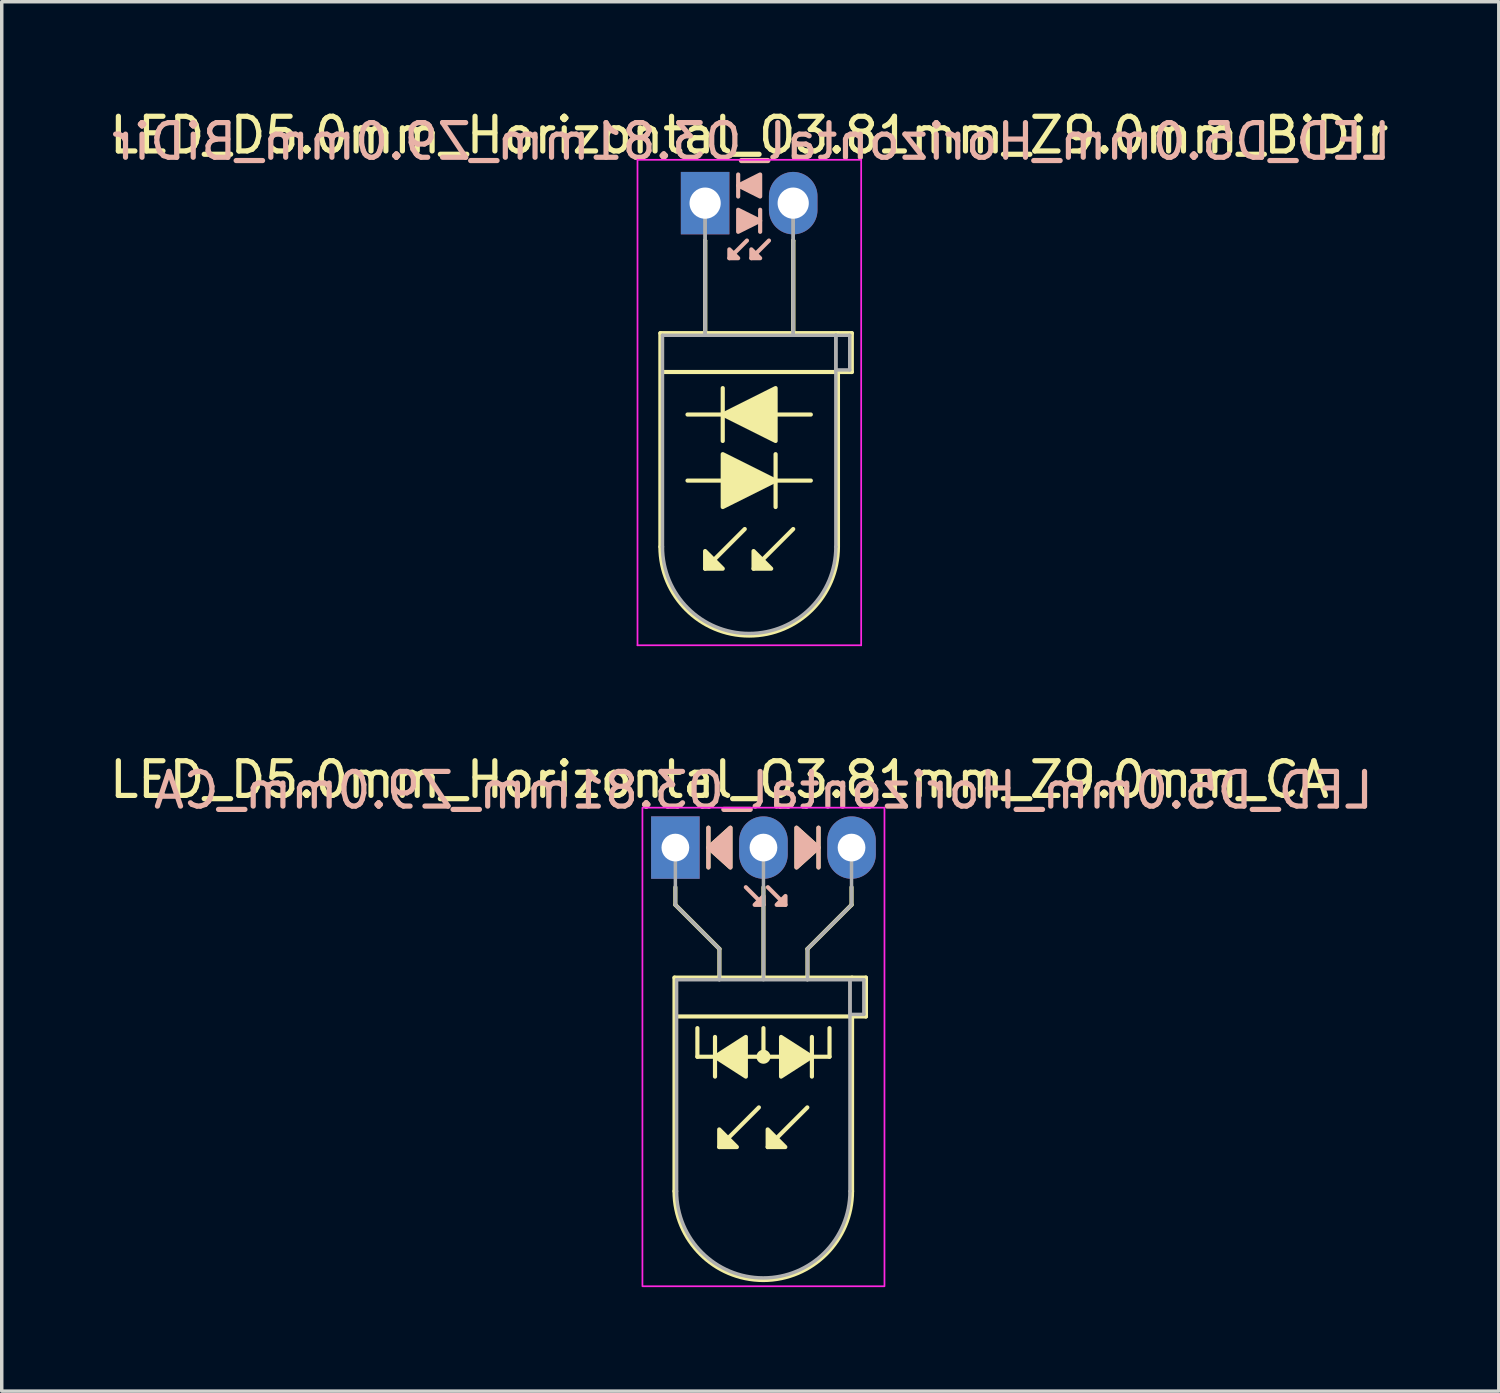
<source format=kicad_pcb>
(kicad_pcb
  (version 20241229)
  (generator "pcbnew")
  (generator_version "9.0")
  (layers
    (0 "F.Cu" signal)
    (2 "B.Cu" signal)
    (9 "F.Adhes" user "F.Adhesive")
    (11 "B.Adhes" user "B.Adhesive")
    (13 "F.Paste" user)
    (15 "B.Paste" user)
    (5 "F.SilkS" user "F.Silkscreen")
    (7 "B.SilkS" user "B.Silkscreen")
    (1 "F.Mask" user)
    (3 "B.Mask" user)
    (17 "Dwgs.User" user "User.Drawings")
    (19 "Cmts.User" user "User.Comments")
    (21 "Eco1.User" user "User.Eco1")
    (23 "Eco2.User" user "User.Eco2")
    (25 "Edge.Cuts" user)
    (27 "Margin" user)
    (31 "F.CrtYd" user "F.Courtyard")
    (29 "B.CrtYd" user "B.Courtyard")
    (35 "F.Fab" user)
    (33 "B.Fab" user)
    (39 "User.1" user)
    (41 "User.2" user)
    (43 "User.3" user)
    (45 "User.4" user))
  (footprint "LED_D5.0mm_Horizontal_O3.81mm_Z9.0mm_BiDir"
    (layer "F.Cu")
    (at 17.284 2.808)
    (property "Reference" "LED_D5.0mm_Horizontal_O3.81mm_Z9.0mm_BiDir" (at 1.27 -1.96 0) (layer "F.SilkS") (effects (font (size 1 1) (thickness 0.15))))
    (fp_line (start -1.29 3.75) (end -1.29 9.91) (stroke (width 0.12) (type solid)) (layer "F.SilkS"))
    (fp_line (start -1.29 3.75) (end 3.83 3.75) (stroke (width 0.12) (type solid)) (layer "F.SilkS"))
    (fp_line (start -0.508 8.001) (end 0.508 8.001) (stroke (width 0.12) (type solid)) (layer "F.SilkS"))
    (fp_line (start 0 1.08) (end 0 1.08) (stroke (width 0.12) (type solid)) (layer "F.SilkS"))
    (fp_line (start 0 1.08) (end 0 3.75) (stroke (width 0.12) (type solid)) (layer "F.SilkS"))
    (fp_line (start 0 3.75) (end 0 1.08) (stroke (width 0.12) (type solid)) (layer "F.SilkS"))
    (fp_line (start 0 3.75) (end 0 3.75) (stroke (width 0.12) (type solid)) (layer "F.SilkS"))
    (fp_line (start 0.508 5.334) (end 0.508 6.858) (stroke (width 0.12) (type solid)) (layer "F.SilkS"))
    (fp_line (start 0.508 6.096) (end -0.508 6.096) (stroke (width 0.12) (type solid)) (layer "F.SilkS"))
    (fp_line (start 1.143 9.398) (end 0 10.541) (stroke (width 0.12) (type solid)) (layer "F.SilkS"))
    (fp_line (start 2.032 8.001) (end 3.048 8.001) (stroke (width 0.12) (type solid)) (layer "F.SilkS"))
    (fp_line (start 2.032 8.763) (end 2.032 7.239) (stroke (width 0.12) (type solid)) (layer "F.SilkS"))
    (fp_line (start 2.54 1.08) (end 2.54 1.08) (stroke (width 0.12) (type solid)) (layer "F.SilkS"))
    (fp_line (start 2.54 1.08) (end 2.54 3.75) (stroke (width 0.12) (type solid)) (layer "F.SilkS"))
    (fp_line (start 2.54 3.75) (end 2.54 1.08) (stroke (width 0.12) (type solid)) (layer "F.SilkS"))
    (fp_line (start 2.54 3.75) (end 2.54 3.75) (stroke (width 0.12) (type solid)) (layer "F.SilkS"))
    (fp_line (start 2.54 9.398) (end 1.397 10.541) (stroke (width 0.12) (type solid)) (layer "F.SilkS"))
    (fp_line (start 3.048 6.096) (end 2.032 6.096) (stroke (width 0.12) (type solid)) (layer "F.SilkS"))
    (fp_line (start 3.83 3.75) (end 4.23 3.75) (stroke (width 0.12) (type solid)) (layer "F.SilkS"))
    (fp_line (start 3.83 4.87) (end 3.83 9.91) (stroke (width 0.12) (type solid)) (layer "F.SilkS"))
    (fp_line (start 4.23 3.75) (end 4.23 4.87) (stroke (width 0.12) (type solid)) (layer "F.SilkS"))
    (fp_line (start 4.23 4.87) (end -1.27 4.87) (stroke (width 0.12) (type solid)) (layer "F.SilkS"))
    (fp_arc (start 3.83 9.91) (mid 1.27 12.47) (end -1.29 9.91) (stroke (width 0.12) (type solid)) (layer "F.SilkS"))
    (fp_poly (pts (xy 0 10.033) (xy 0.508 10.541) (xy 0 10.541)) (stroke (width 0.12) (type solid)) (fill yes) (layer "F.SilkS"))
    (fp_poly (pts (xy 0.508 7.239) (xy 2.032 8.001) (xy 0.508 8.763)) (stroke (width 0.12) (type solid)) (fill yes) (layer "F.SilkS"))
    (fp_poly (pts (xy 1.397 10.033) (xy 1.905 10.541) (xy 1.397 10.541)) (stroke (width 0.12) (type solid)) (fill yes) (layer "F.SilkS"))
    (fp_poly (pts (xy 2.032 6.858) (xy 0.508 6.096) (xy 2.032 5.334)) (stroke (width 0.12) (type solid)) (fill yes) (layer "F.SilkS"))
    (fp_line (start 0.953 -0.826) (end 0.953 -0.191) (stroke (width 0.12) (type solid)) (layer "B.SilkS"))
    (fp_line (start 1.206 1.079) (end 0.699 1.587) (stroke (width 0.12) (type solid)) (layer "B.SilkS"))
    (fp_line (start 1.587 0.826) (end 1.587 0.191) (stroke (width 0.12) (type solid)) (layer "B.SilkS"))
    (fp_line (start 1.841 1.079) (end 1.333 1.587) (stroke (width 0.12) (type solid)) (layer "B.SilkS"))
    (fp_poly (pts (xy 0.699 1.333) (xy 0.953 1.587) (xy 0.699 1.587)) (stroke (width 0.12) (type solid)) (fill yes) (layer "B.SilkS"))
    (fp_poly (pts (xy 0.953 0.191) (xy 1.587 0.508) (xy 0.953 0.826)) (stroke (width 0.12) (type solid)) (fill yes) (layer "B.SilkS"))
    (fp_poly (pts (xy 1.333 1.333) (xy 1.587 1.587) (xy 1.333 1.587)) (stroke (width 0.12) (type solid)) (fill yes) (layer "B.SilkS"))
    (fp_poly (pts (xy 1.587 -0.191) (xy 0.953 -0.508) (xy 1.587 -0.826)) (stroke (width 0.12) (type solid)) (fill yes) (layer "B.SilkS"))
    (fp_line (start -1.95 -1.25) (end -1.95 12.75) (stroke (width 0.05) (type solid)) (layer "F.CrtYd"))
    (fp_line (start -1.95 12.75) (end 4.5 12.75) (stroke (width 0.05) (type solid)) (layer "F.CrtYd"))
    (fp_line (start 4.5 -1.25) (end -1.95 -1.25) (stroke (width 0.05) (type solid)) (layer "F.CrtYd"))
    (fp_line (start 4.5 12.75) (end 4.5 -1.25) (stroke (width 0.05) (type solid)) (layer "F.CrtYd"))
    (fp_line (start -1.23 3.81) (end -1.23 9.91) (stroke (width 0.1) (type solid)) (layer "F.Fab"))
    (fp_line (start -1.23 3.81) (end 3.77 3.81) (stroke (width 0.1) (type solid)) (layer "F.Fab"))
    (fp_line (start 0 0) (end 0 0) (stroke (width 0.1) (type solid)) (layer "F.Fab"))
    (fp_line (start 0 0) (end 0 3.81) (stroke (width 0.1) (type solid)) (layer "F.Fab"))
    (fp_line (start 0 3.81) (end 0 0) (stroke (width 0.1) (type solid)) (layer "F.Fab"))
    (fp_line (start 0 3.81) (end 0 3.81) (stroke (width 0.1) (type solid)) (layer "F.Fab"))
    (fp_line (start 2.54 0) (end 2.54 0) (stroke (width 0.1) (type solid)) (layer "F.Fab"))
    (fp_line (start 2.54 0) (end 2.54 3.81) (stroke (width 0.1) (type solid)) (layer "F.Fab"))
    (fp_line (start 2.54 3.81) (end 2.54 0) (stroke (width 0.1) (type solid)) (layer "F.Fab"))
    (fp_line (start 2.54 3.81) (end 2.54 3.81) (stroke (width 0.1) (type solid)) (layer "F.Fab"))
    (fp_line (start 3.77 3.81) (end 3.77 9.91) (stroke (width 0.1) (type solid)) (layer "F.Fab"))
    (fp_line (start 3.77 3.81) (end 4.17 3.81) (stroke (width 0.1) (type solid)) (layer "F.Fab"))
    (fp_line (start 3.77 4.81) (end 3.77 3.81) (stroke (width 0.1) (type solid)) (layer "F.Fab"))
    (fp_line (start 4.17 3.81) (end 4.17 4.81) (stroke (width 0.1) (type solid)) (layer "F.Fab"))
    (fp_line (start 4.17 4.81) (end 3.77 4.81) (stroke (width 0.1) (type solid)) (layer "F.Fab"))
    (fp_arc (start 3.77 9.91) (mid 1.27 12.41) (end -1.23 9.91) (stroke (width 0.1) (type solid)) (layer "F.Fab"))
    (fp_text user "${REFERENCE}" (at 1.333 -1.778 0) (layer "B.SilkS") (effects (font (size 1 1) (thickness 0.15)) (justify mirror)))
    (pad "1" thru_hole rect (at 0 0) (size 1.4 1.8) (drill 0.9) (layers "*.Cu" "*.Mask"))
    (pad "2" thru_hole oval (at 2.54 0) (size 1.4 1.8) (drill 0.9) (layers "*.Cu" "*.Mask")))
  (footprint "LED_D5.0mm_Horizontal_O3.81mm_Z9.0mm_CA"
    (layer "F.Cu")
    (at 16.426 21.392)
    (property "Reference" "LED_D5.0mm_Horizontal_O3.81mm_Z9.0mm_CA" (at 1.27 -1.96 0) (layer "F.SilkS") (effects (font (size 1 1) (thickness 0.15))))
    (fp_line (start -0.025 3.75) (end -0.025 9.91) (stroke (width 0.12) (type solid)) (layer "F.SilkS"))
    (fp_line (start -0.025 3.75) (end 5.095 3.75) (stroke (width 0.12) (type solid)) (layer "F.SilkS"))
    (fp_line (start 0 1.143) (end 0 1.651) (stroke (width 0.12) (type default)) (layer "F.SilkS"))
    (fp_line (start 0 1.651) (end 1.27 2.921) (stroke (width 0.12) (type default)) (layer "F.SilkS"))
    (fp_line (start 0.635 6.032) (end 0.635 5.207) (stroke (width 0.12) (type default)) (layer "F.SilkS"))
    (fp_line (start 0.635 6.032) (end 4.445 6.032) (stroke (width 0.12) (type default)) (layer "F.SilkS"))
    (fp_line (start 0.953 -0.572) (end 0.953 0.572) (stroke (width 0.12) (type solid)) (layer "F.SilkS"))
    (fp_line (start 1.143 5.461) (end 1.143 6.604) (stroke (width 0.12) (type solid)) (layer "F.SilkS"))
    (fp_line (start 1.265 3.75) (end 1.265 3.75) (stroke (width 0.12) (type solid)) (layer "F.SilkS"))
    (fp_line (start 1.27 2.921) (end 1.27 3.75) (stroke (width 0.12) (type default)) (layer "F.SilkS"))
    (fp_line (start 2.408 7.493) (end 1.265 8.636) (stroke (width 0.12) (type solid)) (layer "F.SilkS"))
    (fp_line (start 2.54 3.75) (end 2.54 1.143) (stroke (width 0.12) (type default)) (layer "F.SilkS"))
    (fp_line (start 2.54 6.032) (end 2.54 5.207) (stroke (width 0.12) (type default)) (layer "F.SilkS"))
    (fp_line (start 3.805 3.75) (end 3.805 3.75) (stroke (width 0.12) (type solid)) (layer "F.SilkS"))
    (fp_line (start 3.805 7.493) (end 2.662 8.636) (stroke (width 0.12) (type solid)) (layer "F.SilkS"))
    (fp_line (start 3.81 2.921) (end 3.81 3.75) (stroke (width 0.12) (type default)) (layer "F.SilkS"))
    (fp_line (start 3.937 6.604) (end 3.937 5.461) (stroke (width 0.12) (type solid)) (layer "F.SilkS"))
    (fp_line (start 4.128 0.572) (end 4.128 -0.572) (stroke (width 0.12) (type solid)) (layer "F.SilkS"))
    (fp_line (start 4.445 6.032) (end 4.445 5.207) (stroke (width 0.12) (type default)) (layer "F.SilkS"))
    (fp_line (start 5.08 1.143) (end 5.08 1.651) (stroke (width 0.12) (type default)) (layer "F.SilkS"))
    (fp_line (start 5.08 1.651) (end 3.81 2.921) (stroke (width 0.12) (type default)) (layer "F.SilkS"))
    (fp_line (start 5.095 3.75) (end 5.495 3.75) (stroke (width 0.12) (type solid)) (layer "F.SilkS"))
    (fp_line (start 5.095 4.87) (end 5.095 9.91) (stroke (width 0.12) (type solid)) (layer "F.SilkS"))
    (fp_line (start 5.495 3.75) (end 5.495 4.87) (stroke (width 0.12) (type solid)) (layer "F.SilkS"))
    (fp_line (start 5.495 4.87) (end -0.005 4.87) (stroke (width 0.12) (type solid)) (layer "F.SilkS"))
    (fp_arc (start 5.095 9.91) (mid 2.535 12.47) (end -0.025 9.91) (stroke (width 0.12) (type solid)) (layer "F.SilkS"))
    (fp_circle (center 2.54 6.032) (end 2.682 6.032) (stroke (width 0.12) (type solid)) (fill yes) (layer "F.SilkS"))
    (fp_poly (pts (xy 1.265 8.128) (xy 1.773 8.636) (xy 1.265 8.636)) (stroke (width 0.12) (type solid)) (fill yes) (layer "F.SilkS"))
    (fp_poly (pts (xy 1.587 0.572) (xy 0.953 0) (xy 1.587 -0.572)) (stroke (width 0.12) (type solid)) (fill yes) (layer "F.SilkS"))
    (fp_poly (pts (xy 2.032 6.604) (xy 1.143 6.032) (xy 2.032 5.461)) (stroke (width 0.12) (type solid)) (fill yes) (layer "F.SilkS"))
    (fp_poly (pts (xy 2.662 8.128) (xy 3.17 8.636) (xy 2.662 8.636)) (stroke (width 0.12) (type solid)) (fill yes) (layer "F.SilkS"))
    (fp_poly (pts (xy 3.048 5.461) (xy 3.937 6.032) (xy 3.048 6.604)) (stroke (width 0.12) (type solid)) (fill yes) (layer "F.SilkS"))
    (fp_poly (pts (xy 3.493 -0.572) (xy 4.128 0) (xy 3.493 0.572)) (stroke (width 0.12) (type solid)) (fill yes) (layer "F.SilkS"))
    (fp_line (start 0.953 -0.572) (end 0.953 0.572) (stroke (width 0.12) (type solid)) (layer "B.SilkS"))
    (fp_line (start 2.54 1.651) (end 2.032 1.143) (stroke (width 0.12) (type solid)) (layer "B.SilkS"))
    (fp_line (start 3.175 1.651) (end 2.667 1.143) (stroke (width 0.12) (type solid)) (layer "B.SilkS"))
    (fp_line (start 4.128 0.572) (end 4.128 -0.572) (stroke (width 0.12) (type solid)) (layer "B.SilkS"))
    (fp_poly (pts (xy 1.587 0.572) (xy 0.953 0) (xy 1.587 -0.572)) (stroke (width 0.12) (type solid)) (fill yes) (layer "B.SilkS"))
    (fp_poly (pts (xy 2.54 1.397) (xy 2.286 1.651) (xy 2.54 1.651)) (stroke (width 0.12) (type solid)) (fill yes) (layer "B.SilkS"))
    (fp_poly (pts (xy 3.175 1.397) (xy 2.921 1.651) (xy 3.175 1.651)) (stroke (width 0.12) (type solid)) (fill yes) (layer "B.SilkS"))
    (fp_poly (pts (xy 3.493 0.572) (xy 4.128 0) (xy 3.493 -0.572)) (stroke (width 0.12) (type solid)) (fill yes) (layer "B.SilkS"))
    (fp_rect (start -0.95 -1.15) (end 6.03 12.65) (stroke (width 0.05) (type default)) (fill no) (layer "F.CrtYd"))
    (fp_line (start 0 0) (end 0 0) (stroke (width 0.1) (type solid)) (layer "F.Fab"))
    (fp_line (start 0 1.651) (end 0 0) (stroke (width 0.1) (type default)) (layer "F.Fab"))
    (fp_line (start 0.035 3.81) (end 0.035 9.91) (stroke (width 0.1) (type solid)) (layer "F.Fab"))
    (fp_line (start 0.035 3.81) (end 5.035 3.81) (stroke (width 0.1) (type solid)) (layer "F.Fab"))
    (fp_line (start 1.265 3.81) (end 1.265 3.81) (stroke (width 0.1) (type solid)) (layer "F.Fab"))
    (fp_line (start 1.27 2.921) (end 0 1.651) (stroke (width 0.1) (type default)) (layer "F.Fab"))
    (fp_line (start 1.27 2.921) (end 1.27 3.81) (stroke (width 0.1) (type default)) (layer "F.Fab"))
    (fp_line (start 2.54 0) (end 2.54 0) (stroke (width 0.1) (type solid)) (layer "F.Fab"))
    (fp_line (start 2.54 0) (end 2.54 3.81) (stroke (width 0.1) (type default)) (layer "F.Fab"))
    (fp_line (start 3.805 3.81) (end 3.805 3.81) (stroke (width 0.1) (type solid)) (layer "F.Fab"))
    (fp_line (start 3.81 2.921) (end 3.81 3.81) (stroke (width 0.1) (type default)) (layer "F.Fab"))
    (fp_line (start 3.81 2.921) (end 5.08 1.651) (stroke (width 0.1) (type default)) (layer "F.Fab"))
    (fp_line (start 5.035 3.81) (end 5.035 9.91) (stroke (width 0.1) (type solid)) (layer "F.Fab"))
    (fp_line (start 5.035 3.81) (end 5.435 3.81) (stroke (width 0.1) (type solid)) (layer "F.Fab"))
    (fp_line (start 5.035 4.81) (end 5.035 3.81) (stroke (width 0.1) (type solid)) (layer "F.Fab"))
    (fp_line (start 5.08 1.651) (end 5.08 0) (stroke (width 0.1) (type default)) (layer "F.Fab"))
    (fp_line (start 5.435 3.81) (end 5.435 4.81) (stroke (width 0.1) (type solid)) (layer "F.Fab"))
    (fp_line (start 5.435 4.81) (end 5.035 4.81) (stroke (width 0.1) (type solid)) (layer "F.Fab"))
    (fp_arc (start 5.035 9.91) (mid 2.535 12.41) (end 0.035 9.91) (stroke (width 0.1) (type solid)) (layer "F.Fab"))
    (fp_text user "${REFERENCE}" (at 2.54 -1.651 0) (layer "B.SilkS") (effects (font (size 1 1) (thickness 0.15)) (justify mirror)))
    (pad "1" thru_hole rect (at 0 0) (size 1.4 1.8) (drill 0.8) (layers "*.Cu" "*.Mask"))
    (pad "2" thru_hole oval (at 2.54 0) (size 1.4 1.8) (drill 0.8) (layers "*.Cu" "*.Mask"))
    (pad "3" thru_hole oval (at 5.08 0) (size 1.4 1.8) (drill 0.8) (layers "*.Cu" "*.Mask")))
  (gr_rect
    (start -3 -3)
    (end 40.171 37.066)
    (stroke (width 0.1) (type default))
    (fill no)
    (layer "Edge.Cuts")))
</source>
